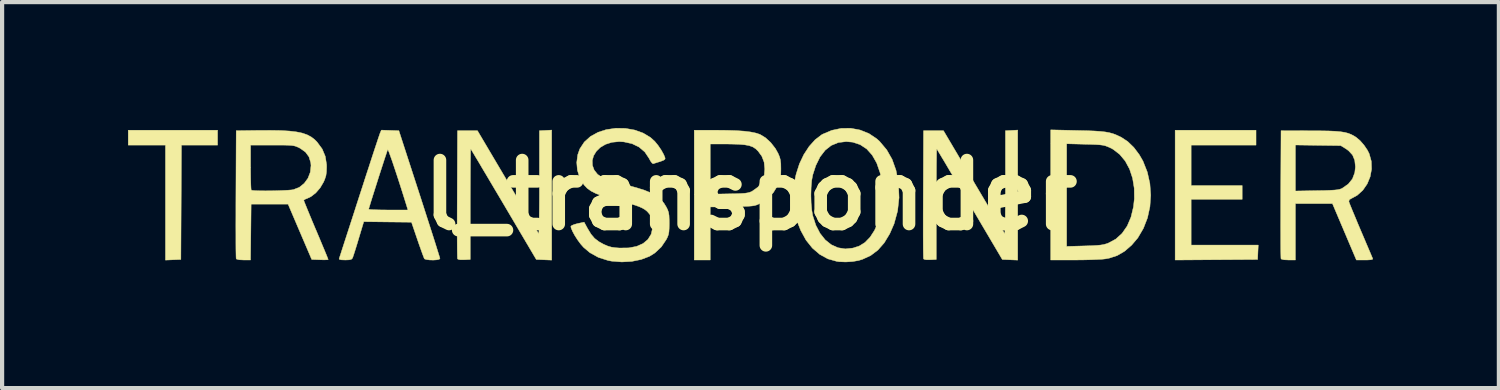
<source format=kicad_pcb>
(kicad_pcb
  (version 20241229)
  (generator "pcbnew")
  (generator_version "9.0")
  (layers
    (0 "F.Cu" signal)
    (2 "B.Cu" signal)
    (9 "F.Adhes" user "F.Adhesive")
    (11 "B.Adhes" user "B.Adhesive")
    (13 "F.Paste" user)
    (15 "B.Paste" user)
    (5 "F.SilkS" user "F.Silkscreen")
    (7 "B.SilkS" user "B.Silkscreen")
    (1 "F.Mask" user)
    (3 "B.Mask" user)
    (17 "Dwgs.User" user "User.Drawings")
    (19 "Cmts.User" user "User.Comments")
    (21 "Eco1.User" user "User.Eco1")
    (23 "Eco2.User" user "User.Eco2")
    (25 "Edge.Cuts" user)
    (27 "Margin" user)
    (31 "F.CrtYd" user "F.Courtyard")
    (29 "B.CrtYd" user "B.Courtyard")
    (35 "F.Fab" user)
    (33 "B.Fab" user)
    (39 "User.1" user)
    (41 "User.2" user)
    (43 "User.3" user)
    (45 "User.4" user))
  (footprint "l_transponder"
    (layer "F.Cu")
    (at 14.834 1.598)
    (property "Reference" "l_transponder" (at 0 0 0) (layer "F.SilkS") (effects (font (size 1.524 1.524) (thickness 0.3))))
    (attr through_hole)
    (fp_poly (pts (xy -12.7 -1.191) (xy -13.561 -1.191) (xy -13.568 0.171) (xy -13.575 1.534) (xy -13.758 1.541) (xy -13.942 1.549) (xy -13.942 -1.191) (xy -14.829 -1.191) (xy -14.829 -1.546) (xy -12.7 -1.546) (xy -12.7 -1.191)) (stroke (width 0.01) (type solid)) (fill yes) (layer "F.SilkS"))
    (fp_poly (pts (xy 12.041 -1.191) (xy 10.495 -1.191) (xy 10.495 -0.228) (xy 11.711 -0.228) (xy 11.711 0.101) (xy 10.495 0.101) (xy 10.495 1.191) (xy 12.094 1.191) (xy 12.086 1.363) (xy 12.079 1.534) (xy 11.097 1.54) (xy 10.114 1.547) (xy 10.114 -1.546) (xy 12.041 -1.546) (xy 12.041 -1.191)) (stroke (width 0.01) (type solid)) (fill yes) (layer "F.SilkS"))
    (fp_poly (pts (xy -4.74 1.549) (xy -5.107 1.534) (xy -5.882 0.222) (xy -6.021 -0.013) (xy -6.153 -0.235) (xy -6.274 -0.44) (xy -6.384 -0.624) (xy -6.478 -0.784) (xy -6.557 -0.915) (xy -6.616 -1.014) (xy -6.654 -1.077) (xy -6.668 -1.1) (xy -6.671 -1.078) (xy -6.673 -1.009) (xy -6.674 -0.899) (xy -6.676 -0.753) (xy -6.677 -0.574) (xy -6.678 -0.368) (xy -6.679 -0.139) (xy -6.68 0.108) (xy -6.68 0.211) (xy -6.68 1.534) (xy -6.826 1.541) (xy -6.921 1.541) (xy -6.972 1.529) (xy -6.984 1.516) (xy -6.986 1.485) (xy -6.988 1.408) (xy -6.99 1.29) (xy -6.991 1.134) (xy -6.992 0.946) (xy -6.992 0.73) (xy -6.992 0.49) (xy -6.991 0.231) (xy -6.99 -0.025) (xy -6.984 -1.534) (xy -6.508 -1.534) (xy -5.788 -0.317) (xy -5.654 -0.091) (xy -5.527 0.123) (xy -5.41 0.319) (xy -5.305 0.495) (xy -5.216 0.645) (xy -5.143 0.766) (xy -5.089 0.855) (xy -5.058 0.906) (xy -5.05 0.917) (xy -5.046 0.896) (xy -5.043 0.83) (xy -5.04 0.722) (xy -5.037 0.577) (xy -5.035 0.401) (xy -5.033 0.198) (xy -5.032 -0.026) (xy -5.032 -0.269) (xy -5.032 -0.299) (xy -5.032 -1.534) (xy -4.886 -1.541) (xy -4.74 -1.549) (xy -4.74 1.549)) (stroke (width 0.01) (type solid)) (fill yes) (layer "F.SilkS"))
    (fp_poly (pts (xy 6.363 1.549) (xy 5.996 1.534) (xy 5.221 0.222) (xy 5.082 -0.013) (xy 4.95 -0.235) (xy 4.829 -0.44) (xy 4.719 -0.624) (xy 4.625 -0.784) (xy 4.546 -0.915) (xy 4.487 -1.014) (xy 4.449 -1.077) (xy 4.435 -1.1) (xy 4.432 -1.078) (xy 4.43 -1.009) (xy 4.429 -0.899) (xy 4.427 -0.753) (xy 4.426 -0.574) (xy 4.425 -0.368) (xy 4.424 -0.139) (xy 4.423 0.108) (xy 4.423 0.211) (xy 4.423 1.534) (xy 4.277 1.541) (xy 4.182 1.541) (xy 4.131 1.529) (xy 4.119 1.516) (xy 4.117 1.485) (xy 4.115 1.408) (xy 4.113 1.29) (xy 4.112 1.134) (xy 4.111 0.946) (xy 4.111 0.73) (xy 4.111 0.49) (xy 4.112 0.231) (xy 4.113 -0.025) (xy 4.119 -1.534) (xy 4.595 -1.534) (xy 5.315 -0.317) (xy 5.449 -0.091) (xy 5.576 0.123) (xy 5.693 0.319) (xy 5.798 0.495) (xy 5.887 0.645) (xy 5.96 0.766) (xy 6.014 0.855) (xy 6.045 0.906) (xy 6.053 0.917) (xy 6.057 0.896) (xy 6.06 0.83) (xy 6.063 0.722) (xy 6.066 0.577) (xy 6.068 0.401) (xy 6.07 0.198) (xy 6.071 -0.026) (xy 6.071 -0.269) (xy 6.071 -0.299) (xy 6.071 -1.534) (xy 6.217 -1.541) (xy 6.363 -1.549) (xy 6.363 1.549)) (stroke (width 0.01) (type solid)) (fill yes) (layer "F.SilkS"))
    (fp_poly (pts (xy -0.843 -1.546) (xy -0.57 -1.543) (xy -0.342 -1.536) (xy -0.155 -1.523) (xy -0.003 -1.504) (xy 0.119 -1.479) (xy 0.216 -1.448) (xy 0.225 -1.444) (xy 0.354 -1.366) (xy 0.479 -1.251) (xy 0.588 -1.112) (xy 0.654 -0.994) (xy 0.689 -0.912) (xy 0.709 -0.836) (xy 0.719 -0.748) (xy 0.721 -0.629) (xy 0.721 -0.621) (xy 0.719 -0.5) (xy 0.709 -0.41) (xy 0.689 -0.332) (xy 0.654 -0.247) (xy 0.65 -0.238) (xy 0.541 -0.06) (xy 0.392 0.089) (xy 0.228 0.195) (xy 0.18 0.219) (xy 0.137 0.237) (xy 0.09 0.25) (xy 0.031 0.259) (xy -0.047 0.265) (xy -0.154 0.269) (xy -0.296 0.272) (xy -0.437 0.274) (xy -0.963 0.283) (xy -0.963 1.546) (xy -1.344 1.546) (xy -1.344 -1.217) (xy -0.963 -1.217) (xy -0.963 -0.021) (xy -0.513 -0.03) (xy -0.348 -0.033) (xy -0.225 -0.038) (xy -0.135 -0.044) (xy -0.07 -0.054) (xy -0.02 -0.067) (xy 0.022 -0.084) (xy 0.038 -0.093) (xy 0.175 -0.191) (xy 0.27 -0.316) (xy 0.324 -0.469) (xy 0.337 -0.621) (xy 0.321 -0.785) (xy 0.267 -0.925) (xy 0.178 -1.047) (xy 0.119 -1.104) (xy 0.051 -1.148) (xy -0.035 -1.179) (xy -0.146 -1.199) (xy -0.288 -1.211) (xy -0.471 -1.216) (xy -0.562 -1.217) (xy -0.963 -1.217) (xy -1.344 -1.217) (xy -1.344 -1.546) (xy -0.843 -1.546)) (stroke (width 0.01) (type solid)) (fill yes) (layer "F.SilkS"))
    (fp_poly (pts (xy 7.789 -1.539) (xy 8.011 -1.534) (xy 8.19 -1.527) (xy 8.335 -1.517) (xy 8.452 -1.504) (xy 8.549 -1.486) (xy 8.636 -1.462) (xy 8.718 -1.43) (xy 8.804 -1.39) (xy 8.834 -1.375) (xy 8.984 -1.276) (xy 9.129 -1.136) (xy 9.258 -0.965) (xy 9.348 -0.809) (xy 9.451 -0.548) (xy 9.512 -0.275) (xy 9.532 0.002) (xy 9.513 0.277) (xy 9.455 0.543) (xy 9.358 0.792) (xy 9.225 1.019) (xy 9.077 1.193) (xy 8.908 1.339) (xy 8.733 1.441) (xy 8.542 1.503) (xy 8.45 1.52) (xy 8.372 1.528) (xy 8.254 1.534) (xy 8.107 1.54) (xy 7.94 1.544) (xy 7.764 1.546) (xy 7.713 1.546) (xy 7.149 1.546) (xy 7.149 1.223) (xy 7.529 1.223) (xy 7.953 1.211) (xy 8.12 1.206) (xy 8.246 1.199) (xy 8.341 1.19) (xy 8.416 1.177) (xy 8.48 1.159) (xy 8.521 1.144) (xy 8.7 1.048) (xy 8.85 0.912) (xy 8.972 0.736) (xy 9.062 0.525) (xy 9.121 0.281) (xy 9.142 0.089) (xy 9.139 -0.165) (xy 9.1 -0.403) (xy 9.028 -0.62) (xy 8.925 -0.811) (xy 8.793 -0.97) (xy 8.636 -1.091) (xy 8.562 -1.13) (xy 8.501 -1.156) (xy 8.447 -1.176) (xy 8.388 -1.189) (xy 8.316 -1.198) (xy 8.22 -1.204) (xy 8.091 -1.209) (xy 7.966 -1.212) (xy 7.529 -1.223) (xy 7.529 1.223) (xy 7.149 1.223) (xy 7.149 -1.554) (xy 7.789 -1.539)) (stroke (width 0.01) (type solid)) (fill yes) (layer "F.SilkS"))
    (fp_poly (pts (xy 13.334 -1.532) (xy 13.573 -1.531) (xy 13.768 -1.528) (xy 13.925 -1.521) (xy 14.051 -1.51) (xy 14.154 -1.494) (xy 14.238 -1.472) (xy 14.311 -1.443) (xy 14.38 -1.406) (xy 14.427 -1.376) (xy 14.519 -1.298) (xy 14.613 -1.191) (xy 14.694 -1.072) (xy 14.738 -0.985) (xy 14.788 -0.805) (xy 14.794 -0.619) (xy 14.76 -0.437) (xy 14.69 -0.267) (xy 14.586 -0.116) (xy 14.452 0.005) (xy 14.322 0.076) (xy 14.267 0.107) (xy 14.253 0.144) (xy 14.256 0.163) (xy 14.269 0.2) (xy 14.3 0.277) (xy 14.345 0.387) (xy 14.402 0.523) (xy 14.467 0.68) (xy 14.539 0.85) (xy 14.611 1.018) (xy 14.676 1.172) (xy 14.733 1.305) (xy 14.778 1.411) (xy 14.808 1.483) (xy 14.822 1.514) (xy 14.822 1.515) (xy 14.815 1.531) (xy 14.775 1.541) (xy 14.693 1.546) (xy 14.633 1.546) (xy 14.432 1.546) (xy 14.147 0.875) (xy 13.862 0.203) (xy 12.979 0.203) (xy 12.979 1.546) (xy 12.813 1.546) (xy 12.707 1.541) (xy 12.647 1.526) (xy 12.636 1.515) (xy 12.634 1.484) (xy 12.632 1.408) (xy 12.63 1.289) (xy 12.629 1.134) (xy 12.629 0.946) (xy 12.628 0.73) (xy 12.629 0.49) (xy 12.629 0.232) (xy 12.63 -0.025) (xy 12.63 -0.097) (xy 12.979 -0.097) (xy 13.492 -0.106) (xy 13.672 -0.109) (xy 13.809 -0.114) (xy 13.91 -0.12) (xy 13.984 -0.128) (xy 14.037 -0.139) (xy 14.077 -0.153) (xy 14.094 -0.162) (xy 14.238 -0.262) (xy 14.338 -0.386) (xy 14.394 -0.535) (xy 14.409 -0.672) (xy 14.393 -0.829) (xy 14.34 -0.956) (xy 14.244 -1.059) (xy 14.183 -1.103) (xy 14.06 -1.179) (xy 13.52 -1.186) (xy 12.979 -1.194) (xy 12.979 -0.097) (xy 12.63 -0.097) (xy 12.637 -1.534) (xy 13.334 -1.532)) (stroke (width 0.01) (type solid)) (fill yes) (layer "F.SilkS"))
    (fp_poly (pts (xy 2.609 -1.55) (xy 2.817 -1.467) (xy 3.005 -1.341) (xy 3.073 -1.279) (xy 3.242 -1.078) (xy 3.371 -0.851) (xy 3.463 -0.593) (xy 3.519 -0.301) (xy 3.522 -0.272) (xy 3.536 0.062) (xy 3.501 0.379) (xy 3.418 0.683) (xy 3.314 0.921) (xy 3.182 1.139) (xy 3.032 1.31) (xy 2.86 1.44) (xy 2.662 1.531) (xy 2.572 1.558) (xy 2.429 1.583) (xy 2.265 1.593) (xy 2.108 1.587) (xy 2.053 1.579) (xy 1.84 1.519) (xy 1.645 1.412) (xy 1.471 1.262) (xy 1.319 1.072) (xy 1.194 0.843) (xy 1.132 0.687) (xy 1.102 0.595) (xy 1.08 0.515) (xy 1.065 0.433) (xy 1.055 0.336) (xy 1.049 0.211) (xy 1.045 0.087) (xy 1.043 0.002) (xy 1.436 0.002) (xy 1.441 0.187) (xy 1.456 0.356) (xy 1.479 0.488) (xy 1.553 0.718) (xy 1.654 0.912) (xy 1.777 1.067) (xy 1.921 1.182) (xy 2.081 1.254) (xy 2.255 1.282) (xy 2.439 1.262) (xy 2.591 1.212) (xy 2.724 1.129) (xy 2.847 1.002) (xy 2.953 0.838) (xy 3.038 0.643) (xy 3.085 0.488) (xy 3.108 0.353) (xy 3.123 0.187) (xy 3.129 0.003) (xy 3.126 -0.181) (xy 3.114 -0.352) (xy 3.093 -0.493) (xy 3.084 -0.532) (xy 3.004 -0.763) (xy 2.897 -0.952) (xy 2.766 -1.099) (xy 2.61 -1.202) (xy 2.432 -1.261) (xy 2.277 -1.275) (xy 2.088 -1.252) (xy 1.921 -1.183) (xy 1.776 -1.069) (xy 1.653 -0.909) (xy 1.552 -0.703) (xy 1.48 -0.482) (xy 1.455 -0.349) (xy 1.441 -0.182) (xy 1.436 0.002) (xy 1.043 0.002) (xy 1.041 -0.073) (xy 1.042 -0.195) (xy 1.047 -0.293) (xy 1.059 -0.38) (xy 1.077 -0.469) (xy 1.087 -0.509) (xy 1.163 -0.746) (xy 1.267 -0.965) (xy 1.393 -1.158) (xy 1.536 -1.318) (xy 1.69 -1.436) (xy 1.716 -1.451) (xy 1.934 -1.543) (xy 2.16 -1.59) (xy 2.387 -1.592) (xy 2.609 -1.55)) (stroke (width 0.01) (type solid)) (fill yes) (layer "F.SilkS"))
    (fp_poly (pts (xy -8.589 -1.541) (xy -8.381 -1.534) (xy -7.891 -0.026) (xy -7.805 0.24) (xy -7.724 0.492) (xy -7.649 0.725) (xy -7.581 0.937) (xy -7.522 1.122) (xy -7.474 1.276) (xy -7.437 1.395) (xy -7.412 1.475) (xy -7.402 1.512) (xy -7.402 1.514) (xy -7.425 1.532) (xy -7.482 1.543) (xy -7.561 1.548) (xy -7.644 1.546) (xy -7.717 1.537) (xy -7.765 1.523) (xy -7.774 1.515) (xy -7.788 1.481) (xy -7.816 1.408) (xy -7.853 1.304) (xy -7.898 1.178) (xy -7.937 1.065) (xy -8.08 0.646) (xy -8.649 0.64) (xy -9.217 0.633) (xy -9.341 1.045) (xy -9.383 1.185) (xy -9.422 1.31) (xy -9.454 1.41) (xy -9.477 1.478) (xy -9.486 1.502) (xy -9.51 1.528) (xy -9.559 1.542) (xy -9.643 1.546) (xy -9.662 1.546) (xy -9.751 1.543) (xy -9.796 1.533) (xy -9.804 1.515) (xy -9.794 1.485) (xy -9.77 1.412) (xy -9.734 1.299) (xy -9.686 1.151) (xy -9.628 0.972) (xy -9.561 0.766) (xy -9.487 0.538) (xy -9.422 0.337) (xy -9.1 0.337) (xy -9.076 0.343) (xy -9.01 0.348) (xy -8.908 0.351) (xy -8.779 0.354) (xy -8.633 0.355) (xy -8.165 0.355) (xy -8.198 0.247) (xy -8.278 -0.009) (xy -8.354 -0.248) (xy -8.424 -0.464) (xy -8.487 -0.654) (xy -8.541 -0.815) (xy -8.586 -0.941) (xy -8.619 -1.03) (xy -8.64 -1.077) (xy -8.647 -1.082) (xy -8.659 -1.051) (xy -8.683 -0.979) (xy -8.718 -0.875) (xy -8.76 -0.745) (xy -8.808 -0.597) (xy -8.859 -0.439) (xy -8.91 -0.277) (xy -8.96 -0.12) (xy -9.006 0.025) (xy -9.045 0.15) (xy -9.075 0.249) (xy -9.095 0.314) (xy -9.1 0.337) (xy -9.422 0.337) (xy -9.408 0.292) (xy -9.33 0.051) (xy -9.245 -0.21) (xy -9.165 -0.459) (xy -9.089 -0.69) (xy -9.021 -0.9) (xy -8.961 -1.083) (xy -8.91 -1.236) (xy -8.871 -1.354) (xy -8.844 -1.432) (xy -8.833 -1.465) (xy -8.798 -1.548) (xy -8.589 -1.541)) (stroke (width 0.01) (type solid)) (fill yes) (layer "F.SilkS"))
    (fp_poly (pts (xy -11.193 -1.538) (xy -10.99 -1.526) (xy -10.822 -1.506) (xy -10.682 -1.477) (xy -10.567 -1.437) (xy -10.471 -1.386) (xy -10.388 -1.323) (xy -10.329 -1.263) (xy -10.208 -1.099) (xy -10.134 -0.922) (xy -10.103 -0.725) (xy -10.102 -0.672) (xy -10.106 -0.553) (xy -10.119 -0.461) (xy -10.148 -0.373) (xy -10.176 -0.309) (xy -10.257 -0.172) (xy -10.361 -0.052) (xy -10.476 0.037) (xy -10.56 0.077) (xy -10.617 0.1) (xy -10.646 0.122) (xy -10.647 0.125) (xy -10.637 0.153) (xy -10.61 0.221) (xy -10.568 0.324) (xy -10.514 0.455) (xy -10.45 0.61) (xy -10.378 0.781) (xy -10.355 0.834) (xy -10.281 1.009) (xy -10.215 1.168) (xy -10.157 1.306) (xy -10.111 1.417) (xy -10.08 1.494) (xy -10.065 1.533) (xy -10.064 1.536) (xy -10.087 1.541) (xy -10.149 1.543) (xy -10.237 1.542) (xy -10.26 1.541) (xy -10.457 1.534) (xy -10.739 0.875) (xy -11.021 0.215) (xy -11.901 0.215) (xy -11.908 0.881) (xy -11.915 1.546) (xy -12.08 1.546) (xy -12.187 1.541) (xy -12.246 1.526) (xy -12.257 1.515) (xy -12.259 1.484) (xy -12.261 1.408) (xy -12.263 1.289) (xy -12.264 1.134) (xy -12.264 0.946) (xy -12.265 0.73) (xy -12.264 0.49) (xy -12.264 0.232) (xy -12.263 -0.025) (xy -12.258 -1.191) (xy -11.914 -1.191) (xy -11.914 -0.663) (xy -11.913 -0.505) (xy -11.911 -0.363) (xy -11.908 -0.247) (xy -11.904 -0.164) (xy -11.899 -0.122) (xy -11.897 -0.118) (xy -11.865 -0.111) (xy -11.791 -0.105) (xy -11.687 -0.102) (xy -11.56 -0.101) (xy -11.421 -0.102) (xy -11.281 -0.105) (xy -11.147 -0.11) (xy -11.03 -0.116) (xy -10.94 -0.123) (xy -10.895 -0.13) (xy -10.755 -0.184) (xy -10.637 -0.278) (xy -10.547 -0.401) (xy -10.491 -0.546) (xy -10.474 -0.704) (xy -10.48 -0.772) (xy -10.523 -0.912) (xy -10.605 -1.024) (xy -10.731 -1.114) (xy -10.746 -1.122) (xy -10.794 -1.145) (xy -10.837 -1.163) (xy -10.883 -1.175) (xy -10.94 -1.183) (xy -11.017 -1.188) (xy -11.123 -1.191) (xy -11.264 -1.191) (xy -11.399 -1.191) (xy -11.914 -1.191) (xy -12.258 -1.191) (xy -12.256 -1.534) (xy -11.724 -1.541) (xy -11.436 -1.542) (xy -11.193 -1.538)) (stroke (width 0.01) (type solid)) (fill yes) (layer "F.SilkS"))
    (fp_poly (pts (xy -2.983 -1.589) (xy -2.763 -1.55) (xy -2.562 -1.478) (xy -2.388 -1.374) (xy -2.284 -1.28) (xy -2.204 -1.182) (xy -2.129 -1.071) (xy -2.07 -0.964) (xy -2.042 -0.896) (xy -2.037 -0.872) (xy -2.043 -0.853) (xy -2.067 -0.834) (xy -2.118 -0.813) (xy -2.202 -0.785) (xy -2.324 -0.747) (xy -2.349 -0.763) (xy -2.387 -0.814) (xy -2.42 -0.876) (xy -2.521 -1.027) (xy -2.658 -1.144) (xy -2.825 -1.225) (xy -3.02 -1.268) (xy -3.131 -1.275) (xy -3.306 -1.258) (xy -3.456 -1.21) (xy -3.581 -1.137) (xy -3.676 -1.044) (xy -3.741 -0.938) (xy -3.773 -0.825) (xy -3.769 -0.709) (xy -3.728 -0.597) (xy -3.647 -0.495) (xy -3.523 -0.408) (xy -3.473 -0.384) (xy -3.408 -0.361) (xy -3.306 -0.329) (xy -3.178 -0.294) (xy -3.036 -0.257) (xy -2.966 -0.24) (xy -2.724 -0.177) (xy -2.527 -0.115) (xy -2.369 -0.05) (xy -2.242 0.022) (xy -2.143 0.103) (xy -2.063 0.197) (xy -2.007 0.289) (xy -1.975 0.355) (xy -1.955 0.417) (xy -1.944 0.488) (xy -1.94 0.584) (xy -1.939 0.672) (xy -1.941 0.793) (xy -1.947 0.88) (xy -1.96 0.946) (xy -1.984 1.008) (xy -2.01 1.059) (xy -2.128 1.234) (xy -2.28 1.377) (xy -2.41 1.459) (xy -2.607 1.534) (xy -2.832 1.58) (xy -3.07 1.593) (xy -3.309 1.574) (xy -3.395 1.558) (xy -3.628 1.484) (xy -3.831 1.371) (xy -3.981 1.244) (xy -4.052 1.163) (xy -4.124 1.065) (xy -4.191 0.96) (xy -4.244 0.862) (xy -4.277 0.782) (xy -4.284 0.746) (xy -4.261 0.724) (xy -4.199 0.699) (xy -4.126 0.679) (xy -3.967 0.645) (xy -3.885 0.796) (xy -3.803 0.931) (xy -3.718 1.031) (xy -3.615 1.11) (xy -3.505 1.171) (xy -3.409 1.213) (xy -3.318 1.24) (xy -3.21 1.255) (xy -3.124 1.261) (xy -2.904 1.258) (xy -2.716 1.222) (xy -2.563 1.154) (xy -2.447 1.057) (xy -2.37 0.932) (xy -2.335 0.78) (xy -2.333 0.728) (xy -2.346 0.587) (xy -2.389 0.477) (xy -2.463 0.39) (xy -2.516 0.347) (xy -2.58 0.309) (xy -2.663 0.272) (xy -2.771 0.235) (xy -2.912 0.193) (xy -3.094 0.145) (xy -3.123 0.137) (xy -3.352 0.076) (xy -3.537 0.019) (xy -3.685 -0.037) (xy -3.801 -0.096) (xy -3.893 -0.162) (xy -3.965 -0.238) (xy -4.026 -0.328) (xy -4.076 -0.427) (xy -4.128 -0.595) (xy -4.143 -0.778) (xy -4.12 -0.959) (xy -4.07 -1.101) (xy -3.963 -1.264) (xy -3.816 -1.397) (xy -3.632 -1.498) (xy -3.442 -1.559) (xy -3.212 -1.593) (xy -2.983 -1.589)) (stroke (width 0.01) (type solid)) (fill yes) (layer "F.SilkS")))
  (gr_rect
    (start -3 -3)
    (end 32.661 6.196)
    (stroke (width 0.1) (type default))
    (fill no)
    (layer "Edge.Cuts")))
</source>
